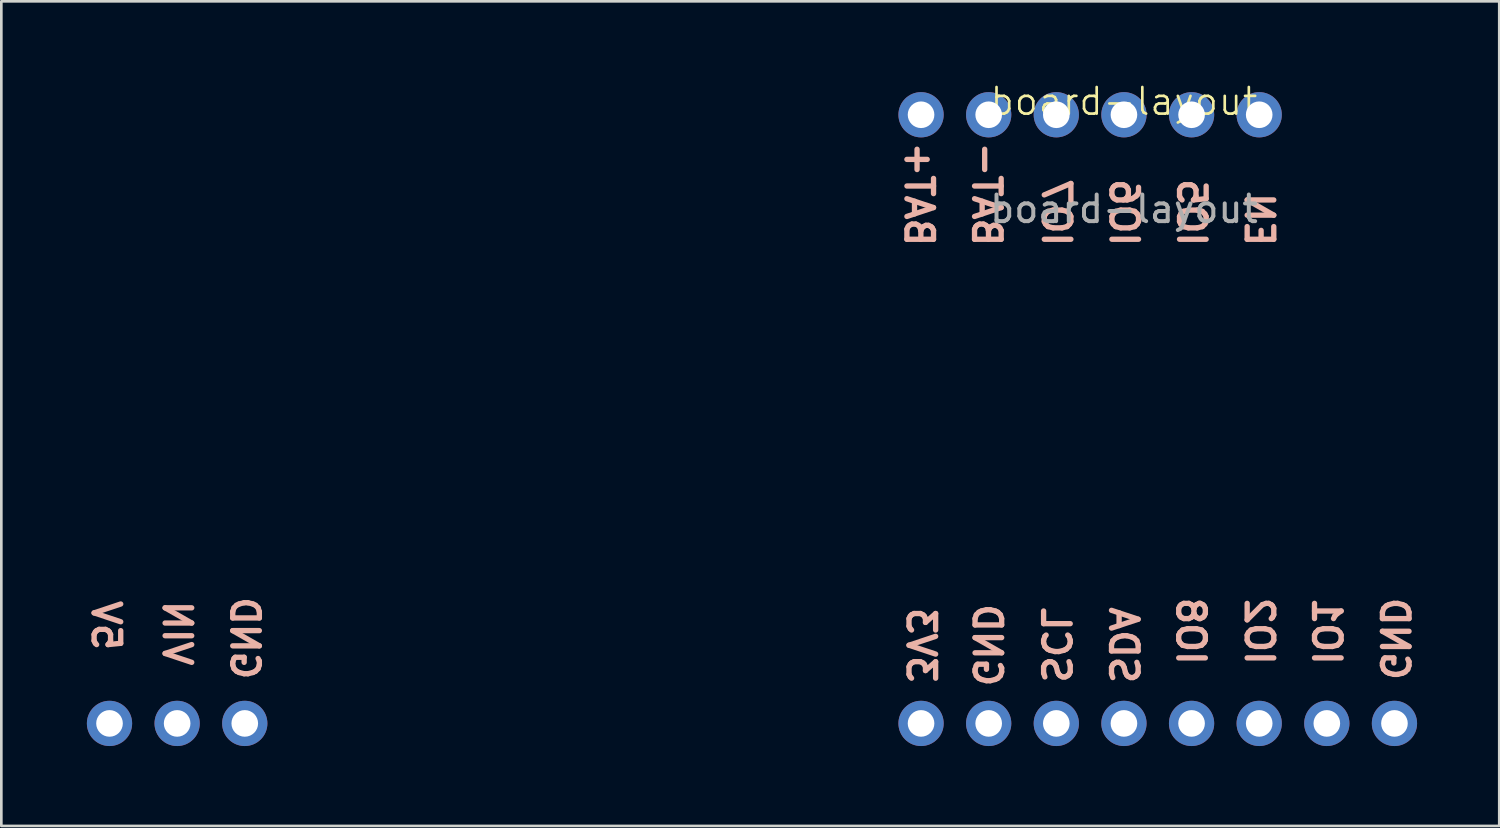
<source format=kicad_pcb>
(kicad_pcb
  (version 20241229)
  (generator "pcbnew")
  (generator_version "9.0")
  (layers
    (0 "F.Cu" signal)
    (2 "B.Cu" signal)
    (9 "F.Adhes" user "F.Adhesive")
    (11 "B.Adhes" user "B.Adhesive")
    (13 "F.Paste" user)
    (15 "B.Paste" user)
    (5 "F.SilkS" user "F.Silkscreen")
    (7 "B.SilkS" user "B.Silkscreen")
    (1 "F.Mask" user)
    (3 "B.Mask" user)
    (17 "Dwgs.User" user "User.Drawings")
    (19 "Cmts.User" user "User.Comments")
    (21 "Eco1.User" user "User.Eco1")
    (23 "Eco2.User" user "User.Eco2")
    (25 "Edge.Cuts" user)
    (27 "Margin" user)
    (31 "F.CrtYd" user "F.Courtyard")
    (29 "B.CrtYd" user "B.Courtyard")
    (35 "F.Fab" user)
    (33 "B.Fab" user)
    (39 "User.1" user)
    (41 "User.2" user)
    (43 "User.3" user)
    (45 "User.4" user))
  (footprint "board-layout"
    (layer "F.Cu")
    (at 36.623 1.26)
    (property "Reference" "board-layout" (at 2.54 -0.5 0) (unlocked yes) (layer "F.SilkS") (effects (font (size 1 1) (thickness 0.1))))
    (attr exclude_from_bom)
    (fp_text user "5V" (at -35.687 19.185 270) (unlocked yes) (layer "B.SilkS") (effects (font (size 1 1) (thickness 0.2) (bold yes)) (justify mirror)))
    (fp_text user "IO8" (at 5.05 19.399 270) (unlocked yes) (layer "B.SilkS") (effects (font (size 1 1) (thickness 0.2) (bold yes)) (justify mirror)))
    (fp_text user "IO2" (at 7.62 19.399 270) (unlocked yes) (layer "B.SilkS") (effects (font (size 1 1) (thickness 0.2) (bold yes)) (justify mirror)))
    (fp_text user "GND" (at -2.6 19.923 270) (unlocked yes) (layer "B.SilkS") (effects (font (size 1 1) (thickness 0.2) (bold yes)) (justify mirror)))
    (fp_text user "GND" (at -30.48 19.661 270) (unlocked yes) (layer "B.SilkS") (effects (font (size 1 1) (thickness 0.2) (bold yes)) (justify mirror)))
    (fp_text user "IO7" (at 0 3.676 270) (unlocked yes) (layer "B.SilkS") (effects (font (size 1 1) (thickness 0.2) (bold yes)) (justify mirror)))
    (fp_text user "BAT+" (at -5.744 2.986 270) (unlocked yes) (layer "B.SilkS") (effects (font (size 1 1) (thickness 0.2) (bold yes)) (justify bottom mirror)))
    (fp_text user "IO6" (at 2.54 3.676 270) (unlocked yes) (layer "B.SilkS") (effects (font (size 1 1) (thickness 0.2) (bold yes)) (justify mirror)))
    (fp_text user "IO5" (at 5.08 3.676 270) (unlocked yes) (layer "B.SilkS") (effects (font (size 1 1) (thickness 0.2) (bold yes)) (justify mirror)))
    (fp_text user "SCL" (at -0.025 19.923 270) (unlocked yes) (layer "B.SilkS") (effects (font (size 1 1) (thickness 0.2) (bold yes)) (justify mirror)))
    (fp_text user "BAT-" (at -3.204 2.986 270) (unlocked yes) (layer "B.SilkS") (effects (font (size 1 1) (thickness 0.2) (bold yes)) (justify bottom mirror)))
    (fp_text user "EN" (at 7.62 3.938 270) (unlocked yes) (layer "B.SilkS") (effects (font (size 1 1) (thickness 0.2) (bold yes)) (justify mirror)))
    (fp_text user "IO1" (at 10.15 19.399 270) (unlocked yes) (layer "B.SilkS") (effects (font (size 1 1) (thickness 0.2) (bold yes)) (justify mirror)))
    (fp_text user "3V3" (at -5.08 19.923 270) (unlocked yes) (layer "B.SilkS") (effects (font (size 1 1) (thickness 0.2) (bold yes)) (justify mirror)))
    (fp_text user "VIN" (at -33.02 19.471 270) (unlocked yes) (layer "B.SilkS") (effects (font (size 1 1) (thickness 0.2) (bold yes)) (justify mirror)))
    (fp_text user "SDA" (at 2.525 19.923 270) (unlocked yes) (layer "B.SilkS") (effects (font (size 1 1) (thickness 0.2) (bold yes)) (justify mirror)))
    (fp_text user "GND" (at 12.7 19.685 270) (unlocked yes) (layer "B.SilkS") (effects (font (size 1 1) (thickness 0.2) (bold yes)) (justify mirror)))
    (fp_text user "${REFERENCE}" (at 2.54 3.541 0) (unlocked yes) (layer "F.Fab") (effects (font (size 1 1) (thickness 0.15))))
    (pad "1.1" thru_hole oval (at -5.08 0) (size 1.7 1.7) (drill 1) (layers "*.Cu" "*.Mask"))
    (pad "1.2" thru_hole oval (at -2.54 0) (size 1.7 1.7) (drill 1) (layers "*.Cu" "*.Mask"))
    (pad "1.3" thru_hole oval (at 0 0) (size 1.7 1.7) (drill 1) (layers "*.Cu" "*.Mask"))
    (pad "1.4" thru_hole oval (at 2.54 0) (size 1.7 1.7) (drill 1) (layers "*.Cu" "*.Mask"))
    (pad "1.5" thru_hole oval (at 5.08 0) (size 1.7 1.7) (drill 1) (layers "*.Cu" "*.Mask"))
    (pad "1.6" thru_hole oval (at 7.62 0) (size 1.7 1.7) (drill 1) (layers "*.Cu" "*.Mask"))
    (pad "2.1" thru_hole oval (at -5.08 22.86) (size 1.7 1.7) (drill 1) (layers "*.Cu" "*.Mask"))
    (pad "2.2" thru_hole oval (at -2.54 22.86) (size 1.7 1.7) (drill 1) (layers "*.Cu" "*.Mask"))
    (pad "2.3" thru_hole oval (at 0 22.86) (size 1.7 1.7) (drill 1) (layers "*.Cu" "*.Mask"))
    (pad "2.4" thru_hole oval (at 2.54 22.86) (size 1.7 1.7) (drill 1) (layers "*.Cu" "*.Mask"))
    (pad "2.5" thru_hole oval (at 5.08 22.86) (size 1.7 1.7) (drill 1) (layers "*.Cu" "*.Mask"))
    (pad "2.6" thru_hole oval (at 7.62 22.86) (size 1.7 1.7) (drill 1) (layers "*.Cu" "*.Mask"))
    (pad "2.7" thru_hole oval (at 10.16 22.86) (size 1.7 1.7) (drill 1) (layers "*.Cu" "*.Mask"))
    (pad "2.8" thru_hole oval (at 12.7 22.86) (size 1.7 1.7) (drill 1) (layers "*.Cu" "*.Mask"))
    (pad "3.1" thru_hole oval (at -35.56 22.86) (size 1.7 1.7) (drill 1) (layers "*.Cu" "*.Mask"))
    (pad "3.2" thru_hole oval (at -33.02 22.86) (size 1.7 1.7) (drill 1) (layers "*.Cu" "*.Mask"))
    (pad "3.3" thru_hole oval (at -30.48 22.86) (size 1.7 1.7) (drill 1) (layers "*.Cu" "*.Mask")))
  (gr_rect
    (start -3 -3)
    (end 53.259 27.971)
    (stroke (width 0.1) (type default))
    (fill no)
    (layer "Edge.Cuts")))
</source>
